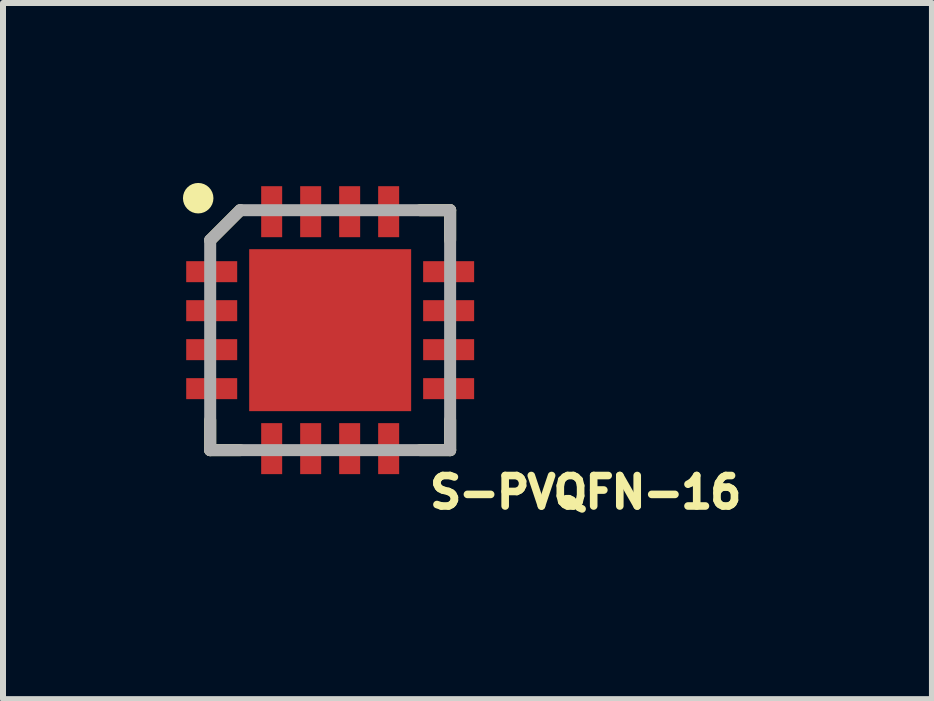
<source format=kicad_pcb>
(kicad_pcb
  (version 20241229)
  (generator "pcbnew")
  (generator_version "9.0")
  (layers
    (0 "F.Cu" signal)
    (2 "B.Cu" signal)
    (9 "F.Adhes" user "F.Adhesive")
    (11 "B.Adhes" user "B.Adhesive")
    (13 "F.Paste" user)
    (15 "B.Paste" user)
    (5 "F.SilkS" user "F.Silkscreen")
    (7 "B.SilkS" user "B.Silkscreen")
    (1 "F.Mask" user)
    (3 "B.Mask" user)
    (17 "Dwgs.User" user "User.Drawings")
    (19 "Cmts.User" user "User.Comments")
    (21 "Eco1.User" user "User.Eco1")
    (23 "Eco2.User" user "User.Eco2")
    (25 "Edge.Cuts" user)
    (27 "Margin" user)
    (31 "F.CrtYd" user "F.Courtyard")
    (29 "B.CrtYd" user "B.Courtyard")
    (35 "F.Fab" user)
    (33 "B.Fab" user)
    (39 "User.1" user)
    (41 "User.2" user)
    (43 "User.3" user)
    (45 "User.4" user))
  (footprint "S-PVQFN-16"
    (layer "F.Cu")
    (at 2.454 2.454)
    (property "Reference" "S-PVQFN-16" (at 1.6 3 0) (layer "F.SilkS") (effects (font (size 0.508 0.508) (thickness 0.127)) (justify left bottom)))
    (fp_line (start -2 1.5) (end -2 2) (stroke (width 0.2) (type solid)) (layer "F.SilkS"))
    (fp_line (start -2 2) (end -1.5 2) (stroke (width 0.2) (type solid)) (layer "F.SilkS"))
    (fp_line (start -1.5 -2) (end -2 -1.5) (stroke (width 0.2) (type solid)) (layer "F.SilkS"))
    (fp_line (start 1.5 2) (end 2 2) (stroke (width 0.2) (type solid)) (layer "F.SilkS"))
    (fp_line (start 2 -2) (end 1.5 -2) (stroke (width 0.2) (type solid)) (layer "F.SilkS"))
    (fp_line (start 2 -1.5) (end 2 -2) (stroke (width 0.2) (type solid)) (layer "F.SilkS"))
    (fp_line (start 2 2) (end 2 1.5) (stroke (width 0.2) (type solid)) (layer "F.SilkS"))
    (fp_circle (center -2.2 -2.2) (end -2.073 -2.2) (stroke (width 0.254) (type solid)) (fill no) (layer "F.SilkS"))
    (fp_poly (pts (xy -0.137 -0.137) (xy -1.264 -0.137) (xy -1.264 -0.726) (xy -0.726 -1.264) (xy -0.137 -1.264)) (stroke (width 0.1) (type solid)) (fill no) (layer "F.Paste"))
    (fp_poly (pts (xy -0.137 1.264) (xy -0.726 1.264) (xy -1.264 0.726) (xy -1.264 0.137) (xy -0.137 0.137)) (stroke (width 0.1) (type solid)) (fill no) (layer "F.Paste"))
    (fp_poly (pts (xy 1.264 -0.726) (xy 1.264 -0.137) (xy 0.137 -0.137) (xy 0.137 -1.264) (xy 0.726 -1.264)) (stroke (width 0.1) (type solid)) (fill no) (layer "F.Paste"))
    (fp_poly (pts (xy 1.264 0.726) (xy 0.726 1.264) (xy 0.137 1.264) (xy 0.137 0.137) (xy 1.264 0.137)) (stroke (width 0.1) (type solid)) (fill no) (layer "F.Paste"))
    (fp_line (start -2 2) (end -2 -1.5) (stroke (width 0.2) (type solid)) (layer "F.Fab"))
    (fp_line (start -1.5 -2) (end -2 -1.5) (stroke (width 0.2) (type solid)) (layer "F.Fab"))
    (fp_line (start -1.5 -2) (end 2 -2) (stroke (width 0.2) (type solid)) (layer "F.Fab"))
    (fp_line (start 2 -2) (end 2 2) (stroke (width 0.2) (type solid)) (layer "F.Fab"))
    (fp_line (start 2 2) (end -2 2) (stroke (width 0.2) (type solid)) (layer "F.Fab"))
    (pad "1" smd rect (at -1.975 -0.975 270) (size 0.35 0.85) (layers "F.Cu" "F.Mask" "F.Paste"))
    (pad "2" smd rect (at -1.975 -0.325 270) (size 0.35 0.85) (layers "F.Cu" "F.Mask" "F.Paste"))
    (pad "3" smd rect (at -1.975 0.325 270) (size 0.35 0.85) (layers "F.Cu" "F.Mask" "F.Paste"))
    (pad "4" smd rect (at -1.975 0.975 270) (size 0.35 0.85) (layers "F.Cu" "F.Mask" "F.Paste"))
    (pad "5" smd rect (at -0.975 1.975) (size 0.35 0.85) (layers "F.Cu" "F.Mask" "F.Paste"))
    (pad "6" smd rect (at -0.325 1.975) (size 0.35 0.85) (layers "F.Cu" "F.Mask" "F.Paste"))
    (pad "7" smd rect (at 0.325 1.975) (size 0.35 0.85) (layers "F.Cu" "F.Mask" "F.Paste"))
    (pad "8" smd rect (at 0.975 1.975) (size 0.35 0.85) (layers "F.Cu" "F.Mask" "F.Paste"))
    (pad "9" smd rect (at 1.975 0.975 90) (size 0.35 0.85) (layers "F.Cu" "F.Mask" "F.Paste"))
    (pad "10" smd rect (at 1.975 0.325 90) (size 0.35 0.85) (layers "F.Cu" "F.Mask" "F.Paste"))
    (pad "11" smd rect (at 1.975 -0.325 90) (size 0.35 0.85) (layers "F.Cu" "F.Mask" "F.Paste"))
    (pad "12" smd rect (at 1.975 -0.975 90) (size 0.35 0.85) (layers "F.Cu" "F.Mask" "F.Paste"))
    (pad "13" smd rect (at 0.975 -1.975 180) (size 0.35 0.85) (layers "F.Cu" "F.Mask" "F.Paste"))
    (pad "14" smd rect (at 0.325 -1.975 180) (size 0.35 0.85) (layers "F.Cu" "F.Mask" "F.Paste"))
    (pad "15" smd rect (at -0.325 -1.975 180) (size 0.35 0.85) (layers "F.Cu" "F.Mask" "F.Paste"))
    (pad "16" smd rect (at -0.975 -1.975 180) (size 0.35 0.85) (layers "F.Cu" "F.Mask" "F.Paste"))
    (pad "PAD" smd rect (at 0 0) (size 2.7 2.7) (layers "F.Cu" "F.Mask"))
    (zone (net_name "") (layer "F.Cu") (hatch edge 0.508) (connect_pads) (min_thickness 0.254) (filled_areas_thickness no) (keepout (tracks not_allowed) (vias not_allowed) (pads not_allowed) (copperpour not_allowed) (footprints allowed)) (placement (enabled no)) (fill) (polygon (pts (xy 0.454 0.954) (xy 0.954 0.954) (xy 0.954 0.454) (xy 0.454 0.454)))))
  (gr_rect
    (start -3 -3)
    (end 12.486 8.605)
    (stroke (width 0.1) (type default))
    (fill no)
    (layer "Edge.Cuts")))
</source>
